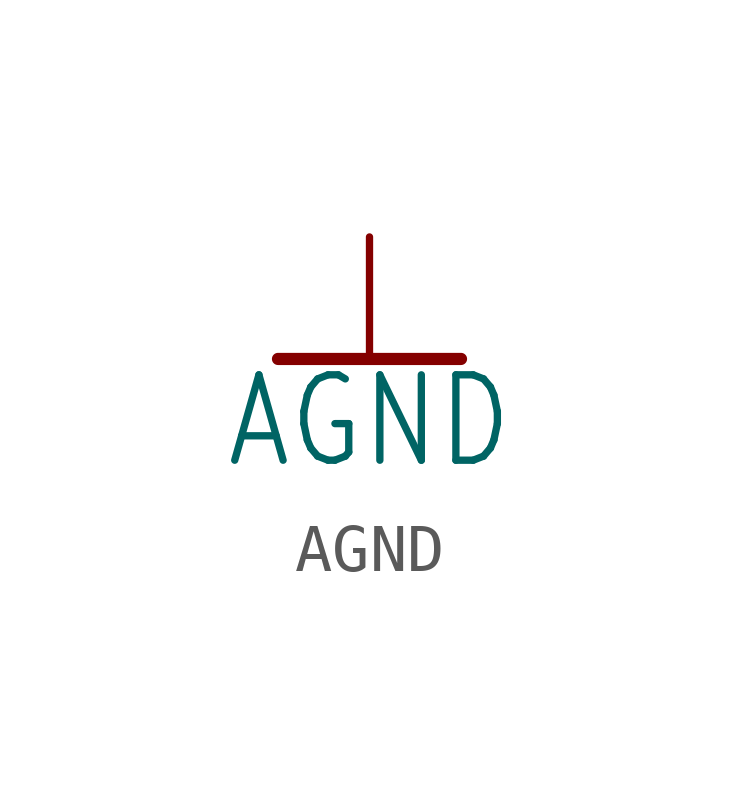
<source format=kicad_sym>
(kicad_symbol_lib
  (version 20211014)
  (generator kicad_symbol_editor)
  (symbol "AGND"
    (power)
    (property "Reference" ""
      (at 0 0 0)
      (effects (font (size 1.27 1.27)) hide))
    (property "Value" "AGND"
      (at 0 -0.254 0)
      (effects (font (size 1.778 1.511)) (justify top)))
    (property "ki_locked" ""
      (at 0 0 0)
      (effects (font (size 1.27 1.27))))
    (symbol "AGND_1_0"
      (polyline (pts (xy -1.905 0) (xy 1.905 0)) (stroke (width 0.254) (type default) (color 0 0 0 0)) (fill (type none)))
      (pin power_in line (at 0 2.54 270) (length 2.54) (name "AGND" (effects (font (size 0 0)))) (number "1" (effects (font (size 0 0))))))))
</source>
